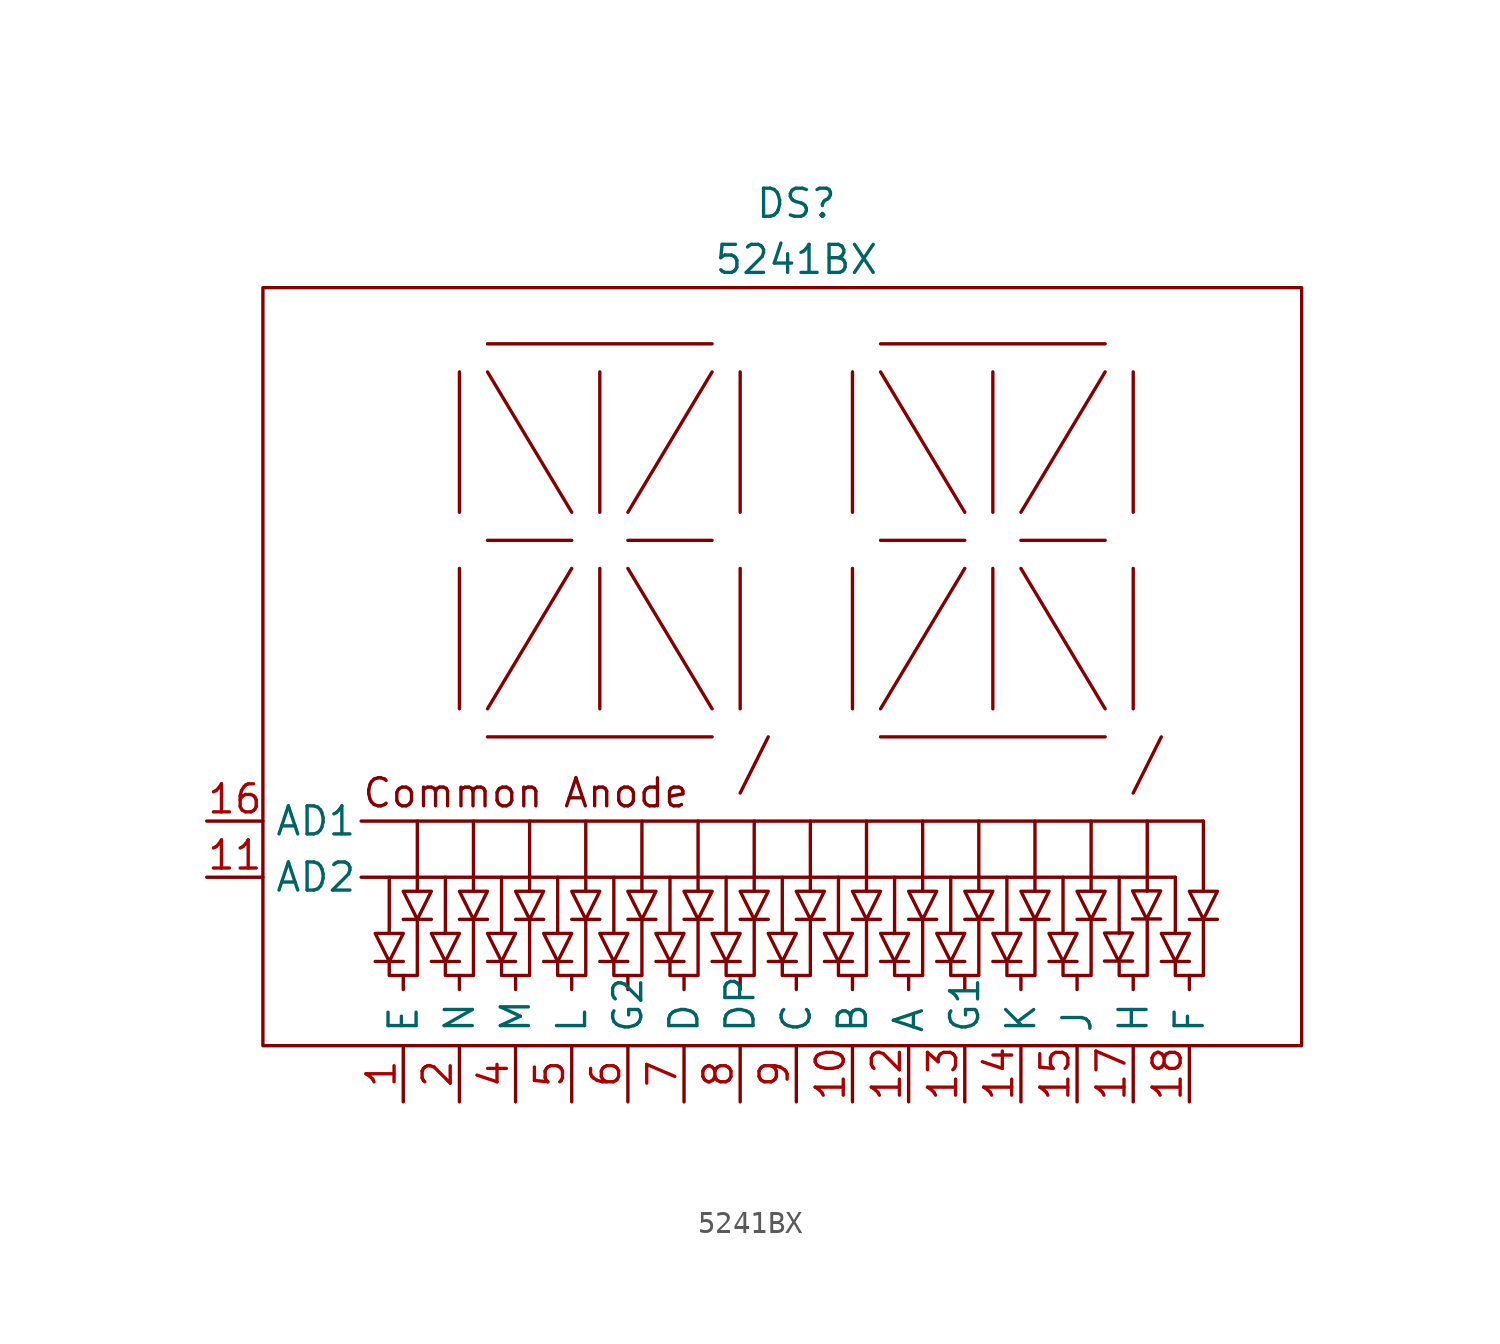
<source format=kicad_sym>
(kicad_symbol_lib
  (version 20220914)
  (generator kicad_symbol_editor)
  (symbol "5241BX"
    (property "Reference" "DS"
      (at 0 15.24 0)
      (effects (font (size 1.27 1.27))))
    (property "Value" "5241BX"
      (at 0 12.7 0)
      (effects (font (size 1.27 1.27))))
    (symbol "5241BX_0_1"
      (rectangle (start -24.13 11.43) (end 22.86 -22.86) (stroke (width 0) (type default)) (fill (type none)))
      (polyline (pts (xy -18.415 -17.78) (xy -18.415 -15.24)) (stroke (width 0) (type default)) (fill (type none)))
      (polyline (pts (xy -17.78 -19.685) (xy -17.78 -20.32)) (stroke (width 0) (type default)) (fill (type none)))
      (polyline (pts (xy -17.78 -19.05) (xy -19.05 -19.05)) (stroke (width 0) (type default)) (fill (type none)))
      (polyline (pts (xy -17.145 -12.7) (xy -17.145 -15.875)) (stroke (width 0) (type default)) (fill (type none)))
      (polyline (pts (xy -16.51 -17.145) (xy -17.78 -17.145)) (stroke (width 0) (type default)) (fill (type none)))
      (polyline (pts (xy -15.875 -17.78) (xy -15.875 -15.24)) (stroke (width 0) (type default)) (fill (type none)))
      (polyline (pts (xy -15.24 -19.685) (xy -15.24 -20.32)) (stroke (width 0) (type default)) (fill (type none)))
      (polyline (pts (xy -15.24 -19.05) (xy -16.51 -19.05)) (stroke (width 0) (type default)) (fill (type none)))
      (polyline (pts (xy -15.24 -1.27) (xy -15.24 -7.62)) (stroke (width 0) (type default)) (fill (type none)))
      (polyline (pts (xy -15.24 1.27) (xy -15.24 7.62)) (stroke (width 0) (type default)) (fill (type none)))
      (polyline (pts (xy -14.605 -12.7) (xy -14.605 -15.875)) (stroke (width 0) (type default)) (fill (type none)))
      (polyline (pts (xy -13.97 -17.145) (xy -15.24 -17.145)) (stroke (width 0) (type default)) (fill (type none)))
      (polyline (pts (xy -13.97 0) (xy -10.16 0)) (stroke (width 0) (type default)) (fill (type none)))
      (polyline (pts (xy -13.97 8.89) (xy -3.81 8.89)) (stroke (width 0) (type default)) (fill (type none)))
      (polyline (pts (xy -13.335 -17.78) (xy -13.335 -15.24)) (stroke (width 0) (type default)) (fill (type none)))
      (polyline (pts (xy -12.7 -19.685) (xy -12.7 -20.32)) (stroke (width 0) (type default)) (fill (type none)))
      (polyline (pts (xy -12.7 -19.05) (xy -13.97 -19.05)) (stroke (width 0) (type default)) (fill (type none)))
      (polyline (pts (xy -12.065 -12.7) (xy -12.065 -15.875)) (stroke (width 0) (type default)) (fill (type none)))
      (polyline (pts (xy -11.43 -17.145) (xy -12.7 -17.145)) (stroke (width 0) (type default)) (fill (type none)))
      (polyline (pts (xy -10.795 -17.78) (xy -10.795 -15.24)) (stroke (width 0) (type default)) (fill (type none)))
      (polyline (pts (xy -10.16 -19.685) (xy -10.16 -20.32)) (stroke (width 0) (type default)) (fill (type none)))
      (polyline (pts (xy -10.16 -19.05) (xy -11.43 -19.05)) (stroke (width 0) (type default)) (fill (type none)))
      (polyline (pts (xy -10.16 -1.27) (xy -13.97 -7.62)) (stroke (width 0) (type default)) (fill (type none)))
      (polyline (pts (xy -10.16 1.27) (xy -13.97 7.62)) (stroke (width 0) (type default)) (fill (type none)))
      (polyline (pts (xy -9.525 -12.7) (xy -9.525 -15.875)) (stroke (width 0) (type default)) (fill (type none)))
      (polyline (pts (xy -8.89 -17.145) (xy -10.16 -17.145)) (stroke (width 0) (type default)) (fill (type none)))
      (polyline (pts (xy -8.89 -1.27) (xy -8.89 -7.62)) (stroke (width 0) (type default)) (fill (type none)))
      (polyline (pts (xy -8.89 1.27) (xy -8.89 7.62)) (stroke (width 0) (type default)) (fill (type none)))
      (polyline (pts (xy -8.255 -17.78) (xy -8.255 -15.24)) (stroke (width 0) (type default)) (fill (type none)))
      (polyline (pts (xy -7.62 -19.685) (xy -7.62 -20.32)) (stroke (width 0) (type default)) (fill (type none)))
      (polyline (pts (xy -7.62 -19.05) (xy -8.89 -19.05)) (stroke (width 0) (type default)) (fill (type none)))
      (polyline (pts (xy -7.62 -1.27) (xy -3.81 -7.62)) (stroke (width 0) (type default)) (fill (type none)))
      (polyline (pts (xy -7.62 1.27) (xy -3.81 7.62)) (stroke (width 0) (type default)) (fill (type none)))
      (polyline (pts (xy -6.985 -12.7) (xy -6.985 -15.875)) (stroke (width 0) (type default)) (fill (type none)))
      (polyline (pts (xy -6.35 -17.145) (xy -7.62 -17.145)) (stroke (width 0) (type default)) (fill (type none)))
      (polyline (pts (xy -5.715 -17.78) (xy -5.715 -15.24)) (stroke (width 0) (type default)) (fill (type none)))
      (polyline (pts (xy -5.08 -19.685) (xy -5.08 -20.32)) (stroke (width 0) (type default)) (fill (type none)))
      (polyline (pts (xy -5.08 -19.05) (xy -6.35 -19.05)) (stroke (width 0) (type default)) (fill (type none)))
      (polyline (pts (xy -4.445 -12.7) (xy -4.445 -15.875)) (stroke (width 0) (type default)) (fill (type none)))
      (polyline (pts (xy -3.81 -17.145) (xy -5.08 -17.145)) (stroke (width 0) (type default)) (fill (type none)))
      (polyline (pts (xy -3.81 -8.89) (xy -13.97 -8.89)) (stroke (width 0) (type default)) (fill (type none)))
      (polyline (pts (xy -3.81 0) (xy -7.62 0)) (stroke (width 0) (type default)) (fill (type none)))
      (polyline (pts (xy -3.175 -17.78) (xy -3.175 -15.24)) (stroke (width 0) (type default)) (fill (type none)))
      (polyline (pts (xy -2.54 -19.685) (xy -2.54 -20.32)) (stroke (width 0) (type default)) (fill (type none)))
      (polyline (pts (xy -2.54 -19.05) (xy -3.81 -19.05)) (stroke (width 0) (type default)) (fill (type none)))
      (polyline (pts (xy -2.54 -1.27) (xy -2.54 -7.62)) (stroke (width 0) (type default)) (fill (type none)))
      (polyline (pts (xy -2.54 7.62) (xy -2.54 1.27)) (stroke (width 0) (type default)) (fill (type none)))
      (polyline (pts (xy -1.905 -12.7) (xy -1.905 -15.875)) (stroke (width 0) (type default)) (fill (type none)))
      (polyline (pts (xy -1.27 -17.145) (xy -2.54 -17.145)) (stroke (width 0) (type default)) (fill (type none)))
      (polyline (pts (xy -1.27 -8.89) (xy -2.54 -11.43)) (stroke (width 0) (type default)) (fill (type none)))
      (polyline (pts (xy -0.635 -17.78) (xy -0.635 -15.24)) (stroke (width 0) (type default)) (fill (type none)))
      (polyline (pts (xy 0 -19.685) (xy 0 -20.32)) (stroke (width 0) (type default)) (fill (type none)))
      (polyline (pts (xy 0 -19.05) (xy -1.27 -19.05)) (stroke (width 0) (type default)) (fill (type none)))
      (polyline (pts (xy 0.635 -12.7) (xy 0.635 -15.875)) (stroke (width 0) (type default)) (fill (type none)))
      (polyline (pts (xy 1.27 -17.145) (xy 0 -17.145)) (stroke (width 0) (type default)) (fill (type none)))
      (polyline (pts (xy 1.905 -17.78) (xy 1.905 -15.24)) (stroke (width 0) (type default)) (fill (type none)))
      (polyline (pts (xy 2.54 -19.685) (xy 2.54 -20.32)) (stroke (width 0) (type default)) (fill (type none)))
      (polyline (pts (xy 2.54 -19.05) (xy 1.27 -19.05)) (stroke (width 0) (type default)) (fill (type none)))
      (polyline (pts (xy 2.54 -1.27) (xy 2.54 -7.62)) (stroke (width 0) (type default)) (fill (type none)))
      (polyline (pts (xy 2.54 1.27) (xy 2.54 7.62)) (stroke (width 0) (type default)) (fill (type none)))
      (polyline (pts (xy 3.175 -12.7) (xy 3.175 -15.875)) (stroke (width 0) (type default)) (fill (type none)))
      (polyline (pts (xy 3.81 -17.145) (xy 2.54 -17.145)) (stroke (width 0) (type default)) (fill (type none)))
      (polyline (pts (xy 3.81 0) (xy 7.62 0)) (stroke (width 0) (type default)) (fill (type none)))
      (polyline (pts (xy 3.81 8.89) (xy 13.97 8.89)) (stroke (width 0) (type default)) (fill (type none)))
      (polyline (pts (xy 4.445 -17.78) (xy 4.445 -15.24)) (stroke (width 0) (type default)) (fill (type none)))
      (polyline (pts (xy 5.08 -19.685) (xy 5.08 -20.32)) (stroke (width 0) (type default)) (fill (type none)))
      (polyline (pts (xy 5.08 -19.05) (xy 3.81 -19.05)) (stroke (width 0) (type default)) (fill (type none)))
      (polyline (pts (xy 5.715 -12.7) (xy 5.715 -15.875)) (stroke (width 0) (type default)) (fill (type none)))
      (polyline (pts (xy 6.35 -17.145) (xy 5.08 -17.145)) (stroke (width 0) (type default)) (fill (type none)))
      (polyline (pts (xy 6.985 -17.78) (xy 6.985 -15.24)) (stroke (width 0) (type default)) (fill (type none)))
      (polyline (pts (xy 7.62 -19.685) (xy 7.62 -20.32)) (stroke (width 0) (type default)) (fill (type none)))
      (polyline (pts (xy 7.62 -19.05) (xy 6.35 -19.05)) (stroke (width 0) (type default)) (fill (type none)))
      (polyline (pts (xy 7.62 -1.27) (xy 3.81 -7.62)) (stroke (width 0) (type default)) (fill (type none)))
      (polyline (pts (xy 7.62 1.27) (xy 3.81 7.62)) (stroke (width 0) (type default)) (fill (type none)))
      (polyline (pts (xy 8.255 -12.7) (xy 8.255 -15.875)) (stroke (width 0) (type default)) (fill (type none)))
      (polyline (pts (xy 8.89 -17.145) (xy 7.62 -17.145)) (stroke (width 0) (type default)) (fill (type none)))
      (polyline (pts (xy 8.89 -1.27) (xy 8.89 -7.62)) (stroke (width 0) (type default)) (fill (type none)))
      (polyline (pts (xy 8.89 1.27) (xy 8.89 7.62)) (stroke (width 0) (type default)) (fill (type none)))
      (polyline (pts (xy 9.525 -17.78) (xy 9.525 -15.24)) (stroke (width 0) (type default)) (fill (type none)))
      (polyline (pts (xy 10.16 -19.685) (xy 10.16 -20.32)) (stroke (width 0) (type default)) (fill (type none)))
      (polyline (pts (xy 10.16 -19.05) (xy 8.89 -19.05)) (stroke (width 0) (type default)) (fill (type none)))
      (polyline (pts (xy 10.16 -1.27) (xy 13.97 -7.62)) (stroke (width 0) (type default)) (fill (type none)))
      (polyline (pts (xy 10.16 1.27) (xy 13.97 7.62)) (stroke (width 0) (type default)) (fill (type none)))
      (polyline (pts (xy 10.795 -12.7) (xy 10.795 -15.875)) (stroke (width 0) (type default)) (fill (type none)))
      (polyline (pts (xy 11.43 -17.145) (xy 10.16 -17.145)) (stroke (width 0) (type default)) (fill (type none)))
      (polyline (pts (xy 12.065 -17.78) (xy 12.065 -15.24)) (stroke (width 0) (type default)) (fill (type none)))
      (polyline (pts (xy 12.7 -19.685) (xy 12.7 -20.32)) (stroke (width 0) (type default)) (fill (type none)))
      (polyline (pts (xy 12.7 -19.05) (xy 11.43 -19.05)) (stroke (width 0) (type default)) (fill (type none)))
      (polyline (pts (xy 13.335 -12.7) (xy 13.335 -15.875)) (stroke (width 0) (type default)) (fill (type none)))
      (polyline (pts (xy 13.97 -17.145) (xy 12.7 -17.145)) (stroke (width 0) (type default)) (fill (type none)))
      (polyline (pts (xy 13.97 -8.89) (xy 3.81 -8.89)) (stroke (width 0) (type default)) (fill (type none)))
      (polyline (pts (xy 13.97 0) (xy 10.16 0)) (stroke (width 0) (type default)) (fill (type none)))
      (polyline (pts (xy 14.605 -17.78) (xy 14.605 -15.24)) (stroke (width 0) (type default)) (fill (type none)))
      (polyline (pts (xy 15.21 -19.033) (xy 13.94 -19.033)) (stroke (width 0) (type default)) (fill (type none)))
      (polyline (pts (xy 15.24 -19.685) (xy 15.24 -20.32)) (stroke (width 0) (type default)) (fill (type none)))
      (polyline (pts (xy 15.24 -1.27) (xy 15.24 -7.62)) (stroke (width 0) (type default)) (fill (type none)))
      (polyline (pts (xy 15.24 7.62) (xy 15.24 1.27)) (stroke (width 0) (type default)) (fill (type none)))
      (polyline (pts (xy 15.875 -12.7) (xy 15.875 -15.875)) (stroke (width 0) (type default)) (fill (type none)))
      (polyline (pts (xy 16.48 -17.128) (xy 15.21 -17.128)) (stroke (width 0) (type default)) (fill (type none)))
      (polyline (pts (xy 16.51 -8.89) (xy 15.24 -11.43)) (stroke (width 0) (type default)) (fill (type none)))
      (polyline (pts (xy 17.145 -17.78) (xy 17.145 -15.24)) (stroke (width 0) (type default)) (fill (type none)))
      (polyline (pts (xy 17.145 -15.24) (xy -19.685 -15.24)) (stroke (width 0) (type default)) (fill (type none)))
      (polyline (pts (xy 17.78 -19.685) (xy 17.78 -20.32)) (stroke (width 0) (type default)) (fill (type none)))
      (polyline (pts (xy 17.78 -19.05) (xy 16.51 -19.05)) (stroke (width 0) (type default)) (fill (type none)))
      (polyline (pts (xy 18.415 -12.7) (xy -19.685 -12.7)) (stroke (width 0) (type default)) (fill (type none)))
      (polyline (pts (xy 18.415 -12.7) (xy 18.415 -15.875)) (stroke (width 0) (type default)) (fill (type none)))
      (polyline (pts (xy 19.05 -17.145) (xy 17.78 -17.145)) (stroke (width 0) (type default)) (fill (type none)))
      (polyline (pts (xy -18.415 -19.05) (xy -18.415 -19.685) (xy -17.145 -19.685) (xy -17.145 -17.145)) (stroke (width 0) (type default)) (fill (type none)))
      (polyline (pts (xy -17.78 -17.78) (xy -19.05 -17.78) (xy -18.415 -19.05) (xy -17.78 -17.78)) (stroke (width 0) (type default)) (fill (type none)))
      (polyline (pts (xy -16.51 -15.875) (xy -17.78 -15.875) (xy -17.145 -17.145) (xy -16.51 -15.875)) (stroke (width 0) (type default)) (fill (type none)))
      (polyline (pts (xy -15.875 -19.05) (xy -15.875 -19.685) (xy -14.605 -19.685) (xy -14.605 -17.145)) (stroke (width 0) (type default)) (fill (type none)))
      (polyline (pts (xy -15.24 -17.78) (xy -16.51 -17.78) (xy -15.875 -19.05) (xy -15.24 -17.78)) (stroke (width 0) (type default)) (fill (type none)))
      (polyline (pts (xy -13.97 -15.875) (xy -15.24 -15.875) (xy -14.605 -17.145) (xy -13.97 -15.875)) (stroke (width 0) (type default)) (fill (type none)))
      (polyline (pts (xy -13.335 -19.05) (xy -13.335 -19.685) (xy -12.065 -19.685) (xy -12.065 -17.145)) (stroke (width 0) (type default)) (fill (type none)))
      (polyline (pts (xy -12.7 -17.78) (xy -13.97 -17.78) (xy -13.335 -19.05) (xy -12.7 -17.78)) (stroke (width 0) (type default)) (fill (type none)))
      (polyline (pts (xy -11.43 -15.875) (xy -12.7 -15.875) (xy -12.065 -17.145) (xy -11.43 -15.875)) (stroke (width 0) (type default)) (fill (type none)))
      (polyline (pts (xy -10.795 -19.05) (xy -10.795 -19.685) (xy -9.525 -19.685) (xy -9.525 -17.145)) (stroke (width 0) (type default)) (fill (type none)))
      (polyline (pts (xy -10.16 -17.78) (xy -11.43 -17.78) (xy -10.795 -19.05) (xy -10.16 -17.78)) (stroke (width 0) (type default)) (fill (type none)))
      (polyline (pts (xy -8.89 -15.875) (xy -10.16 -15.875) (xy -9.525 -17.145) (xy -8.89 -15.875)) (stroke (width 0) (type default)) (fill (type none)))
      (polyline (pts (xy -8.255 -19.05) (xy -8.255 -19.685) (xy -6.985 -19.685) (xy -6.985 -17.145)) (stroke (width 0) (type default)) (fill (type none)))
      (polyline (pts (xy -7.62 -17.78) (xy -8.89 -17.78) (xy -8.255 -19.05) (xy -7.62 -17.78)) (stroke (width 0) (type default)) (fill (type none)))
      (polyline (pts (xy -6.35 -15.875) (xy -7.62 -15.875) (xy -6.985 -17.145) (xy -6.35 -15.875)) (stroke (width 0) (type default)) (fill (type none)))
      (polyline (pts (xy -5.715 -19.05) (xy -5.715 -19.685) (xy -4.445 -19.685) (xy -4.445 -17.145)) (stroke (width 0) (type default)) (fill (type none)))
      (polyline (pts (xy -5.08 -17.78) (xy -6.35 -17.78) (xy -5.715 -19.05) (xy -5.08 -17.78)) (stroke (width 0) (type default)) (fill (type none)))
      (polyline (pts (xy -3.81 -15.875) (xy -5.08 -15.875) (xy -4.445 -17.145) (xy -3.81 -15.875)) (stroke (width 0) (type default)) (fill (type none)))
      (polyline (pts (xy -3.175 -19.05) (xy -3.175 -19.685) (xy -1.905 -19.685) (xy -1.905 -17.145)) (stroke (width 0) (type default)) (fill (type none)))
      (polyline (pts (xy -2.54 -17.78) (xy -3.81 -17.78) (xy -3.175 -19.05) (xy -2.54 -17.78)) (stroke (width 0) (type default)) (fill (type none)))
      (polyline (pts (xy -1.27 -15.875) (xy -2.54 -15.875) (xy -1.905 -17.145) (xy -1.27 -15.875)) (stroke (width 0) (type default)) (fill (type none)))
      (polyline (pts (xy -0.635 -19.05) (xy -0.635 -19.685) (xy 0.635 -19.685) (xy 0.635 -17.145)) (stroke (width 0) (type default)) (fill (type none)))
      (polyline (pts (xy 0 -17.78) (xy -1.27 -17.78) (xy -0.635 -19.05) (xy 0 -17.78)) (stroke (width 0) (type default)) (fill (type none)))
      (polyline (pts (xy 1.27 -15.875) (xy 0 -15.875) (xy 0.635 -17.145) (xy 1.27 -15.875)) (stroke (width 0) (type default)) (fill (type none)))
      (polyline (pts (xy 1.905 -19.05) (xy 1.905 -19.685) (xy 3.175 -19.685) (xy 3.175 -17.145)) (stroke (width 0) (type default)) (fill (type none)))
      (polyline (pts (xy 2.54 -17.78) (xy 1.27 -17.78) (xy 1.905 -19.05) (xy 2.54 -17.78)) (stroke (width 0) (type default)) (fill (type none)))
      (polyline (pts (xy 3.81 -15.875) (xy 2.54 -15.875) (xy 3.175 -17.145) (xy 3.81 -15.875)) (stroke (width 0) (type default)) (fill (type none)))
      (polyline (pts (xy 4.445 -19.05) (xy 4.445 -19.685) (xy 5.715 -19.685) (xy 5.715 -17.145)) (stroke (width 0) (type default)) (fill (type none)))
      (polyline (pts (xy 5.08 -17.78) (xy 3.81 -17.78) (xy 4.445 -19.05) (xy 5.08 -17.78)) (stroke (width 0) (type default)) (fill (type none)))
      (polyline (pts (xy 6.35 -15.875) (xy 5.08 -15.875) (xy 5.715 -17.145) (xy 6.35 -15.875)) (stroke (width 0) (type default)) (fill (type none)))
      (polyline (pts (xy 6.985 -19.05) (xy 6.985 -19.685) (xy 8.255 -19.685) (xy 8.255 -17.145)) (stroke (width 0) (type default)) (fill (type none)))
      (polyline (pts (xy 7.62 -17.78) (xy 6.35 -17.78) (xy 6.985 -19.05) (xy 7.62 -17.78)) (stroke (width 0) (type default)) (fill (type none)))
      (polyline (pts (xy 8.89 -15.875) (xy 7.62 -15.875) (xy 8.255 -17.145) (xy 8.89 -15.875)) (stroke (width 0) (type default)) (fill (type none)))
      (polyline (pts (xy 9.525 -19.05) (xy 9.525 -19.685) (xy 10.795 -19.685) (xy 10.795 -17.145)) (stroke (width 0) (type default)) (fill (type none)))
      (polyline (pts (xy 10.16 -17.78) (xy 8.89 -17.78) (xy 9.525 -19.05) (xy 10.16 -17.78)) (stroke (width 0) (type default)) (fill (type none)))
      (polyline (pts (xy 11.43 -15.875) (xy 10.16 -15.875) (xy 10.795 -17.145) (xy 11.43 -15.875)) (stroke (width 0) (type default)) (fill (type none)))
      (polyline (pts (xy 12.065 -19.05) (xy 12.065 -19.685) (xy 13.335 -19.685) (xy 13.335 -17.145)) (stroke (width 0) (type default)) (fill (type none)))
      (polyline (pts (xy 12.7 -17.78) (xy 11.43 -17.78) (xy 12.065 -19.05) (xy 12.7 -17.78)) (stroke (width 0) (type default)) (fill (type none)))
      (polyline (pts (xy 13.97 -15.875) (xy 12.7 -15.875) (xy 13.335 -17.145) (xy 13.97 -15.875)) (stroke (width 0) (type default)) (fill (type none)))
      (polyline (pts (xy 14.605 -19.05) (xy 14.605 -19.685) (xy 15.875 -19.685) (xy 15.875 -17.145)) (stroke (width 0) (type default)) (fill (type none)))
      (polyline (pts (xy 15.21 -17.763) (xy 13.94 -17.763) (xy 14.575 -19.033) (xy 15.21 -17.763)) (stroke (width 0) (type default)) (fill (type none)))
      (polyline (pts (xy 16.48 -15.858) (xy 15.21 -15.858) (xy 15.845 -17.128) (xy 16.48 -15.858)) (stroke (width 0) (type default)) (fill (type none)))
      (polyline (pts (xy 17.145 -19.05) (xy 17.145 -19.685) (xy 18.415 -19.685) (xy 18.415 -17.145)) (stroke (width 0) (type default)) (fill (type none)))
      (polyline (pts (xy 17.78 -17.78) (xy 16.51 -17.78) (xy 17.145 -19.05) (xy 17.78 -17.78)) (stroke (width 0) (type default)) (fill (type none)))
      (polyline (pts (xy 19.05 -15.875) (xy 17.78 -15.875) (xy 18.415 -17.145) (xy 19.05 -15.875)) (stroke (width 0) (type default)) (fill (type none)))
      (text "Common Anode" (at -19.685 -11.43 0) (effects (font (size 1.27 1.27)) (justify left))))
    (symbol "5241BX_1_1"
      (pin unspecified line (at -17.78 -25.4 90) (length 2.54) (name "E" (effects (font (size 1.27 1.27)))) (number "1" (effects (font (size 1.27 1.27)))))
      (pin unspecified line (at 2.54 -25.4 90) (length 2.54) (name "B" (effects (font (size 1.27 1.27)))) (number "10" (effects (font (size 1.27 1.27)))))
      (pin unspecified line (at -26.67 -15.24 0) (length 2.54) (name "AD2" (effects (font (size 1.27 1.27)))) (number "11" (effects (font (size 1.27 1.27)))))
      (pin unspecified line (at 5.08 -25.4 90) (length 2.54) (name "A" (effects (font (size 1.27 1.27)))) (number "12" (effects (font (size 1.27 1.27)))))
      (pin unspecified line (at 7.62 -25.4 90) (length 2.54) (name "G1" (effects (font (size 1.27 1.27)))) (number "13" (effects (font (size 1.27 1.27)))))
      (pin unspecified line (at 10.16 -25.4 90) (length 2.54) (name "K" (effects (font (size 1.27 1.27)))) (number "14" (effects (font (size 1.27 1.27)))))
      (pin unspecified line (at 12.7 -25.4 90) (length 2.54) (name "J" (effects (font (size 1.27 1.27)))) (number "15" (effects (font (size 1.27 1.27)))))
      (pin unspecified line (at -26.67 -12.7 0) (length 2.54) (name "AD1" (effects (font (size 1.27 1.27)))) (number "16" (effects (font (size 1.27 1.27)))))
      (pin unspecified line (at 15.24 -25.4 90) (length 2.54) (name "H" (effects (font (size 1.27 1.27)))) (number "17" (effects (font (size 1.27 1.27)))))
      (pin unspecified line (at 17.78 -25.4 90) (length 2.54) (name "F" (effects (font (size 1.27 1.27)))) (number "18" (effects (font (size 1.27 1.27)))))
      (pin unspecified line (at -15.24 -25.4 90) (length 2.54) (name "N" (effects (font (size 1.27 1.27)))) (number "2" (effects (font (size 1.27 1.27)))))
      (pin unspecified line (at -12.7 -25.4 90) (length 2.54) (name "M" (effects (font (size 1.27 1.27)))) (number "4" (effects (font (size 1.27 1.27)))))
      (pin unspecified line (at -10.16 -25.4 90) (length 2.54) (name "L" (effects (font (size 1.27 1.27)))) (number "5" (effects (font (size 1.27 1.27)))))
      (pin unspecified line (at -7.62 -25.4 90) (length 2.54) (name "G2" (effects (font (size 1.27 1.27)))) (number "6" (effects (font (size 1.27 1.27)))))
      (pin unspecified line (at -5.08 -25.4 90) (length 2.54) (name "D" (effects (font (size 1.27 1.27)))) (number "7" (effects (font (size 1.27 1.27)))))
      (pin unspecified line (at -2.54 -25.4 90) (length 2.54) (name "DP" (effects (font (size 1.27 1.27)))) (number "8" (effects (font (size 1.27 1.27)))))
      (pin unspecified line (at 0 -25.4 90) (length 2.54) (name "C" (effects (font (size 1.27 1.27)))) (number "9" (effects (font (size 1.27 1.27))))))))
</source>
